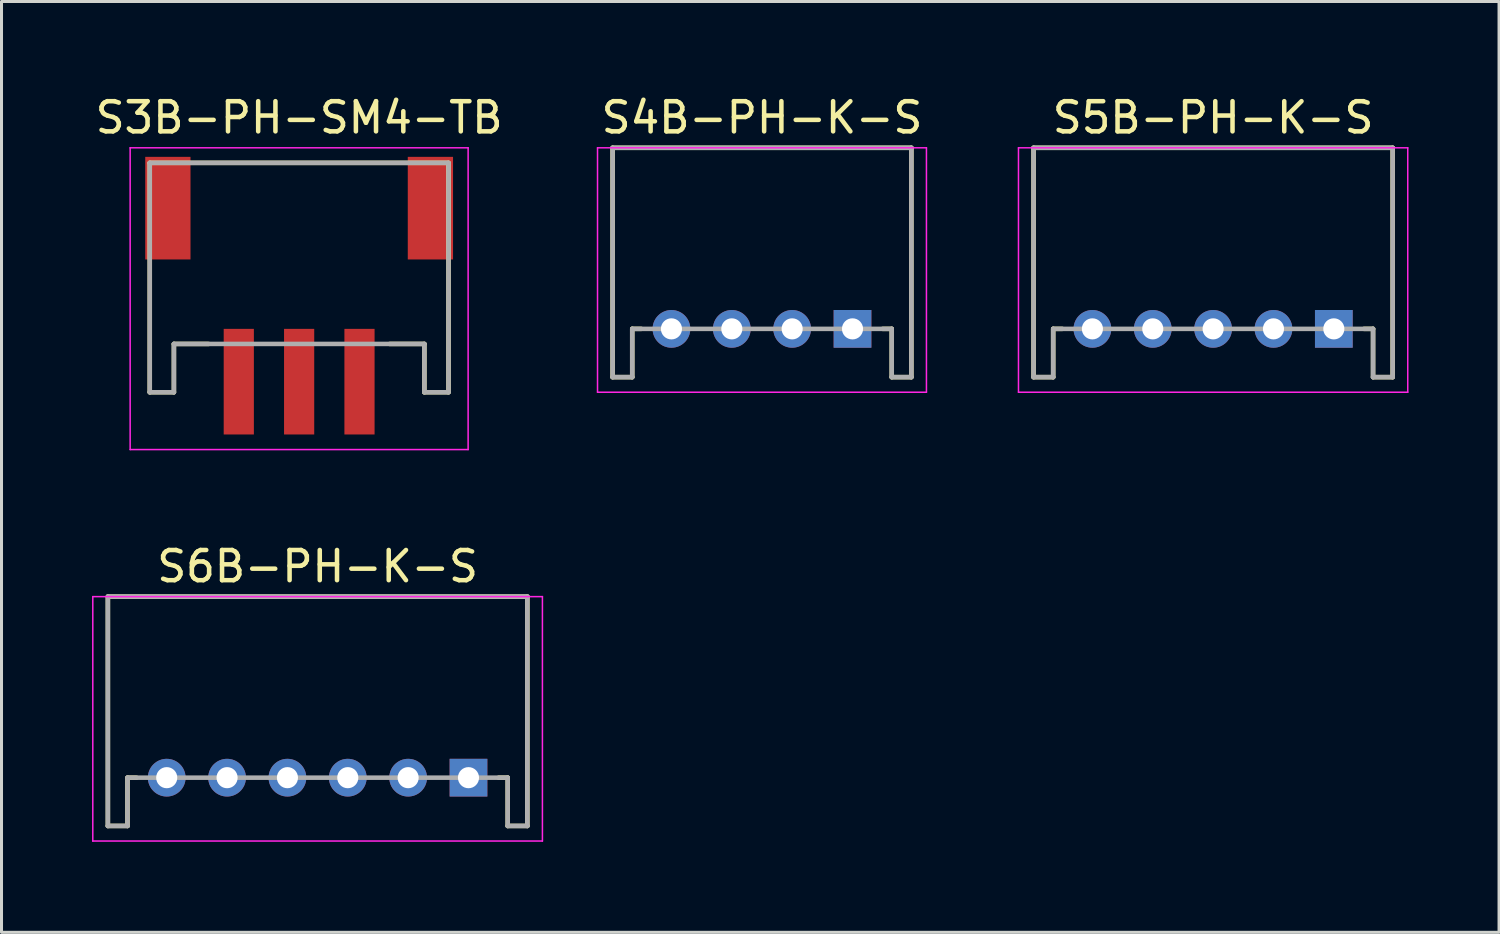
<source format=kicad_pcb>
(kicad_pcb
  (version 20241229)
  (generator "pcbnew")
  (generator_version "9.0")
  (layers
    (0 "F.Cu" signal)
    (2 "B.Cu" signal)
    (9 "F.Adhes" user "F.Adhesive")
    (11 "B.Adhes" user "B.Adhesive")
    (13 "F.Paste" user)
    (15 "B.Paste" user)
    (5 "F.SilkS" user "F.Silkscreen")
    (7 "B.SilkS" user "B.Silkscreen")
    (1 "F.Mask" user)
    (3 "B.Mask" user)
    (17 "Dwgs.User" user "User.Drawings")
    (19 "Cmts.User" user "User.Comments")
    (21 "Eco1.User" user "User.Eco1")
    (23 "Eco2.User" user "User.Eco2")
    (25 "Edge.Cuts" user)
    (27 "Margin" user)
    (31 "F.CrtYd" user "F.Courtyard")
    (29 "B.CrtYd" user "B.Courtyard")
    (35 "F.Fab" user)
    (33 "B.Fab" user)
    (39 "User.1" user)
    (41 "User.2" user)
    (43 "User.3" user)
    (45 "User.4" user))
  (footprint "S5B-PH-K-S"
    (layer "F.Cu")
    (at 37.151 7.848)
    (property "Reference" "S5B-PH-K-S" (at 0 -7 0) (layer "F.SilkS") (effects (font (size 1 1) (thickness 0.15))))
    (attr smd)
    (fp_line (start -5.95 -6) (end -5.95 1.6) (stroke (width 0.15) (type solid)) (layer "F.SilkS"))
    (fp_line (start -5.95 -6) (end 5.95 -6) (stroke (width 0.15) (type solid)) (layer "F.SilkS"))
    (fp_line (start -5.95 1.6) (end -5.3 1.6) (stroke (width 0.15) (type solid)) (layer "F.SilkS"))
    (fp_line (start -5.3 0) (end -5.3 1.6) (stroke (width 0.15) (type solid)) (layer "F.SilkS"))
    (fp_line (start -5.3 0) (end -5 0) (stroke (width 0.15) (type solid)) (layer "F.SilkS"))
    (fp_line (start 5 0) (end 5.3 0) (stroke (width 0.15) (type solid)) (layer "F.SilkS"))
    (fp_line (start 5.3 0) (end 5.3 1.6) (stroke (width 0.15) (type solid)) (layer "F.SilkS"))
    (fp_line (start 5.3 1.6) (end 5.95 1.6) (stroke (width 0.15) (type solid)) (layer "F.SilkS"))
    (fp_line (start 5.95 -6) (end 5.95 1.6) (stroke (width 0.15) (type solid)) (layer "F.SilkS"))
    (fp_line (start -6.45 -6) (end -6.45 2.1) (stroke (width 0.05) (type solid)) (layer "F.CrtYd"))
    (fp_line (start -6.45 -6) (end 6.45 -6) (stroke (width 0.05) (type solid)) (layer "F.CrtYd"))
    (fp_line (start -6.45 2.1) (end 6.45 2.1) (stroke (width 0.05) (type solid)) (layer "F.CrtYd"))
    (fp_line (start 6.45 -6) (end 6.45 2.1) (stroke (width 0.05) (type solid)) (layer "F.CrtYd"))
    (fp_line (start -5.95 -6) (end -5.95 1.6) (stroke (width 0.15) (type solid)) (layer "F.Fab"))
    (fp_line (start -5.95 -6) (end 5.95 -6) (stroke (width 0.15) (type solid)) (layer "F.Fab"))
    (fp_line (start -5.95 1.6) (end -5.3 1.6) (stroke (width 0.15) (type solid)) (layer "F.Fab"))
    (fp_line (start -5.3 0) (end -5.3 1.6) (stroke (width 0.15) (type solid)) (layer "F.Fab"))
    (fp_line (start -5.3 0) (end 5.3 0) (stroke (width 0.15) (type solid)) (layer "F.Fab"))
    (fp_line (start 5.3 0) (end 5.3 1.6) (stroke (width 0.15) (type solid)) (layer "F.Fab"))
    (fp_line (start 5.3 1.6) (end 5.95 1.6) (stroke (width 0.15) (type solid)) (layer "F.Fab"))
    (fp_line (start 5.95 -6) (end 5.95 1.6) (stroke (width 0.15) (type solid)) (layer "F.Fab"))
    (pad "1" thru_hole rect (at 4 0 180) (size 1.25 1.25) (drill 0.7) (layers "*.Cu" "*.Mask"))
    (pad "2" thru_hole circle (at 2 0 180) (size 1.25 1.25) (drill 0.7) (layers "*.Cu" "*.Mask"))
    (pad "3" thru_hole circle (at 0 0 180) (size 1.25 1.25) (drill 0.7) (layers "*.Cu" "*.Mask"))
    (pad "4" thru_hole circle (at -2 0 180) (size 1.25 1.25) (drill 0.7) (layers "*.Cu" "*.Mask"))
    (pad "5" thru_hole circle (at -4 0 180) (size 1.25 1.25) (drill 0.7) (layers "*.Cu" "*.Mask")))
  (footprint "S3B-PH-SM4-TB"
    (layer "F.Cu")
    (at 6.863 7.848)
    (property "Reference" "S3B-PH-SM4-TB" (at 0 -7 0) (layer "F.SilkS") (effects (font (size 1 1) (thickness 0.15))))
    (attr smd)
    (fp_line (start -4.95 -5.5) (end -4.95 2.1) (stroke (width 0.15) (type solid)) (layer "F.SilkS"))
    (fp_line (start -4.95 -5.5) (end 4.95 -5.5) (stroke (width 0.15) (type solid)) (layer "F.SilkS"))
    (fp_line (start -4.95 2.1) (end -4.15 2.1) (stroke (width 0.15) (type solid)) (layer "F.SilkS"))
    (fp_line (start -4.15 0.5) (end -4.15 2.1) (stroke (width 0.15) (type solid)) (layer "F.SilkS"))
    (fp_line (start -4.15 0.5) (end -3 0.5) (stroke (width 0.15) (type solid)) (layer "F.SilkS"))
    (fp_line (start 3 0.5) (end 4.15 0.5) (stroke (width 0.15) (type solid)) (layer "F.SilkS"))
    (fp_line (start 4.15 0.5) (end 4.15 2.1) (stroke (width 0.15) (type solid)) (layer "F.SilkS"))
    (fp_line (start 4.15 2.1) (end 4.95 2.1) (stroke (width 0.15) (type solid)) (layer "F.SilkS"))
    (fp_line (start 4.95 -5.5) (end 4.95 2.1) (stroke (width 0.15) (type solid)) (layer "F.SilkS"))
    (fp_line (start -5.6 -6) (end -5.6 4) (stroke (width 0.05) (type solid)) (layer "F.CrtYd"))
    (fp_line (start -5.6 -6) (end 5.6 -6) (stroke (width 0.05) (type solid)) (layer "F.CrtYd"))
    (fp_line (start -5.6 4) (end 5.6 4) (stroke (width 0.05) (type solid)) (layer "F.CrtYd"))
    (fp_line (start 5.6 -6) (end 5.6 4) (stroke (width 0.05) (type solid)) (layer "F.CrtYd"))
    (fp_line (start -4.95 -5.5) (end -4.95 2.1) (stroke (width 0.15) (type solid)) (layer "F.Fab"))
    (fp_line (start -4.95 -5.5) (end 4.95 -5.5) (stroke (width 0.15) (type solid)) (layer "F.Fab"))
    (fp_line (start -4.95 2.1) (end -4.15 2.1) (stroke (width 0.15) (type solid)) (layer "F.Fab"))
    (fp_line (start -4.15 0.5) (end -4.15 2.1) (stroke (width 0.15) (type solid)) (layer "F.Fab"))
    (fp_line (start -4.15 0.5) (end 4.15 0.5) (stroke (width 0.15) (type solid)) (layer "F.Fab"))
    (fp_line (start 4.15 0.5) (end 4.15 2.1) (stroke (width 0.15) (type solid)) (layer "F.Fab"))
    (fp_line (start 4.15 2.1) (end 4.95 2.1) (stroke (width 0.15) (type solid)) (layer "F.Fab"))
    (fp_line (start 4.95 -5.5) (end 4.95 2.1) (stroke (width 0.15) (type solid)) (layer "F.Fab"))
    (pad "1" smd rect (at 2 1.75 180) (size 1 3.5) (layers "F.Cu" "F.Mask" "F.Paste"))
    (pad "2" smd rect (at 0 1.75 180) (size 1 3.5) (layers "F.Cu" "F.Mask" "F.Paste"))
    (pad "3" smd rect (at -2 1.75 180) (size 1 3.5) (layers "F.Cu" "F.Mask" "F.Paste"))
    (pad "S" smd rect (at -4.35 -4 180) (size 1.5 3.4) (layers "F.Cu" "F.Mask" "F.Paste"))
    (pad "S" smd rect (at 4.35 -4 180) (size 1.5 3.4) (layers "F.Cu" "F.Mask" "F.Paste")))
  (footprint "S6B-PH-K-S"
    (layer "F.Cu")
    (at 7.475 22.721)
    (property "Reference" "S6B-PH-K-S" (at 0 -7 0) (layer "F.SilkS") (effects (font (size 1 1) (thickness 0.15))))
    (attr smd)
    (fp_line (start -6.95 -6) (end -6.95 1.6) (stroke (width 0.15) (type solid)) (layer "F.SilkS"))
    (fp_line (start -6.95 -6) (end 6.95 -6) (stroke (width 0.15) (type solid)) (layer "F.SilkS"))
    (fp_line (start -6.95 1.6) (end -6.3 1.6) (stroke (width 0.15) (type solid)) (layer "F.SilkS"))
    (fp_line (start -6.3 0) (end -6.3 1.6) (stroke (width 0.15) (type solid)) (layer "F.SilkS"))
    (fp_line (start -6.3 0) (end -6 0) (stroke (width 0.15) (type solid)) (layer "F.SilkS"))
    (fp_line (start 6 0) (end 6.3 0) (stroke (width 0.15) (type solid)) (layer "F.SilkS"))
    (fp_line (start 6.3 0) (end 6.3 1.6) (stroke (width 0.15) (type solid)) (layer "F.SilkS"))
    (fp_line (start 6.3 1.6) (end 6.95 1.6) (stroke (width 0.15) (type solid)) (layer "F.SilkS"))
    (fp_line (start 6.95 -6) (end 6.95 1.6) (stroke (width 0.15) (type solid)) (layer "F.SilkS"))
    (fp_line (start -7.45 -6) (end -7.45 2.1) (stroke (width 0.05) (type solid)) (layer "F.CrtYd"))
    (fp_line (start -7.45 -6) (end 7.45 -6) (stroke (width 0.05) (type solid)) (layer "F.CrtYd"))
    (fp_line (start -7.45 2.1) (end 7.45 2.1) (stroke (width 0.05) (type solid)) (layer "F.CrtYd"))
    (fp_line (start 7.45 -6) (end 7.45 2.1) (stroke (width 0.05) (type solid)) (layer "F.CrtYd"))
    (fp_line (start -6.95 -6) (end -6.95 1.6) (stroke (width 0.15) (type solid)) (layer "F.Fab"))
    (fp_line (start -6.95 -6) (end 6.95 -6) (stroke (width 0.15) (type solid)) (layer "F.Fab"))
    (fp_line (start -6.95 1.6) (end -6.3 1.6) (stroke (width 0.15) (type solid)) (layer "F.Fab"))
    (fp_line (start -6.3 0) (end -6.3 1.6) (stroke (width 0.15) (type solid)) (layer "F.Fab"))
    (fp_line (start -6.3 0) (end 6.3 0) (stroke (width 0.15) (type solid)) (layer "F.Fab"))
    (fp_line (start 6.3 0) (end 6.3 1.6) (stroke (width 0.15) (type solid)) (layer "F.Fab"))
    (fp_line (start 6.3 1.6) (end 6.95 1.6) (stroke (width 0.15) (type solid)) (layer "F.Fab"))
    (fp_line (start 6.95 -6) (end 6.95 1.6) (stroke (width 0.15) (type solid)) (layer "F.Fab"))
    (pad "1" thru_hole rect (at 5 0 180) (size 1.25 1.25) (drill 0.7) (layers "*.Cu" "*.Mask"))
    (pad "2" thru_hole circle (at 3 0 180) (size 1.25 1.25) (drill 0.7) (layers "*.Cu" "*.Mask"))
    (pad "3" thru_hole circle (at 1 0 180) (size 1.25 1.25) (drill 0.7) (layers "*.Cu" "*.Mask"))
    (pad "4" thru_hole circle (at -1 0 180) (size 1.25 1.25) (drill 0.7) (layers "*.Cu" "*.Mask"))
    (pad "5" thru_hole circle (at -3 0 180) (size 1.25 1.25) (drill 0.7) (layers "*.Cu" "*.Mask"))
    (pad "6" thru_hole circle (at -5 0 180) (size 1.25 1.25) (drill 0.7) (layers "*.Cu" "*.Mask")))
  (footprint "S4B-PH-K-S"
    (layer "F.Cu")
    (at 22.201 7.848)
    (property "Reference" "S4B-PH-K-S" (at 0 -7 0) (layer "F.SilkS") (effects (font (size 1 1) (thickness 0.15))))
    (attr smd)
    (fp_line (start -4.95 -6) (end -4.95 1.6) (stroke (width 0.15) (type solid)) (layer "F.SilkS"))
    (fp_line (start -4.95 -6) (end 4.95 -6) (stroke (width 0.15) (type solid)) (layer "F.SilkS"))
    (fp_line (start -4.95 1.6) (end -4.3 1.6) (stroke (width 0.15) (type solid)) (layer "F.SilkS"))
    (fp_line (start -4.3 0) (end -4.3 1.6) (stroke (width 0.15) (type solid)) (layer "F.SilkS"))
    (fp_line (start -4.3 0) (end -4 0) (stroke (width 0.15) (type solid)) (layer "F.SilkS"))
    (fp_line (start 4 0) (end 4.3 0) (stroke (width 0.15) (type solid)) (layer "F.SilkS"))
    (fp_line (start 4.3 0) (end 4.3 1.6) (stroke (width 0.15) (type solid)) (layer "F.SilkS"))
    (fp_line (start 4.3 1.6) (end 4.95 1.6) (stroke (width 0.15) (type solid)) (layer "F.SilkS"))
    (fp_line (start 4.95 -6) (end 4.95 1.6) (stroke (width 0.15) (type solid)) (layer "F.SilkS"))
    (fp_line (start -5.45 -6) (end -5.45 2.1) (stroke (width 0.05) (type solid)) (layer "F.CrtYd"))
    (fp_line (start -5.45 -6) (end 5.45 -6) (stroke (width 0.05) (type solid)) (layer "F.CrtYd"))
    (fp_line (start -5.45 2.1) (end 5.45 2.1) (stroke (width 0.05) (type solid)) (layer "F.CrtYd"))
    (fp_line (start 5.45 -6) (end 5.45 2.1) (stroke (width 0.05) (type solid)) (layer "F.CrtYd"))
    (fp_line (start -4.95 -6) (end -4.95 1.6) (stroke (width 0.15) (type solid)) (layer "F.Fab"))
    (fp_line (start -4.95 -6) (end 4.95 -6) (stroke (width 0.15) (type solid)) (layer "F.Fab"))
    (fp_line (start -4.95 1.6) (end -4.3 1.6) (stroke (width 0.15) (type solid)) (layer "F.Fab"))
    (fp_line (start -4.3 0) (end -4.3 1.6) (stroke (width 0.15) (type solid)) (layer "F.Fab"))
    (fp_line (start -4.3 0) (end 4.3 0) (stroke (width 0.15) (type solid)) (layer "F.Fab"))
    (fp_line (start 4.3 0) (end 4.3 1.6) (stroke (width 0.15) (type solid)) (layer "F.Fab"))
    (fp_line (start 4.3 1.6) (end 4.95 1.6) (stroke (width 0.15) (type solid)) (layer "F.Fab"))
    (fp_line (start 4.95 -6) (end 4.95 1.6) (stroke (width 0.15) (type solid)) (layer "F.Fab"))
    (pad "1" thru_hole rect (at 3 0 180) (size 1.25 1.25) (drill 0.7) (layers "*.Cu" "*.Mask"))
    (pad "2" thru_hole circle (at 1 0 180) (size 1.25 1.25) (drill 0.7) (layers "*.Cu" "*.Mask"))
    (pad "3" thru_hole circle (at -1 0 180) (size 1.25 1.25) (drill 0.7) (layers "*.Cu" "*.Mask"))
    (pad "4" thru_hole circle (at -3 0 180) (size 1.25 1.25) (drill 0.7) (layers "*.Cu" "*.Mask")))
  (gr_rect
    (start -3 -3)
    (end 46.626 27.846)
    (stroke (width 0.1) (type default))
    (fill no)
    (layer "Edge.Cuts")))
</source>
